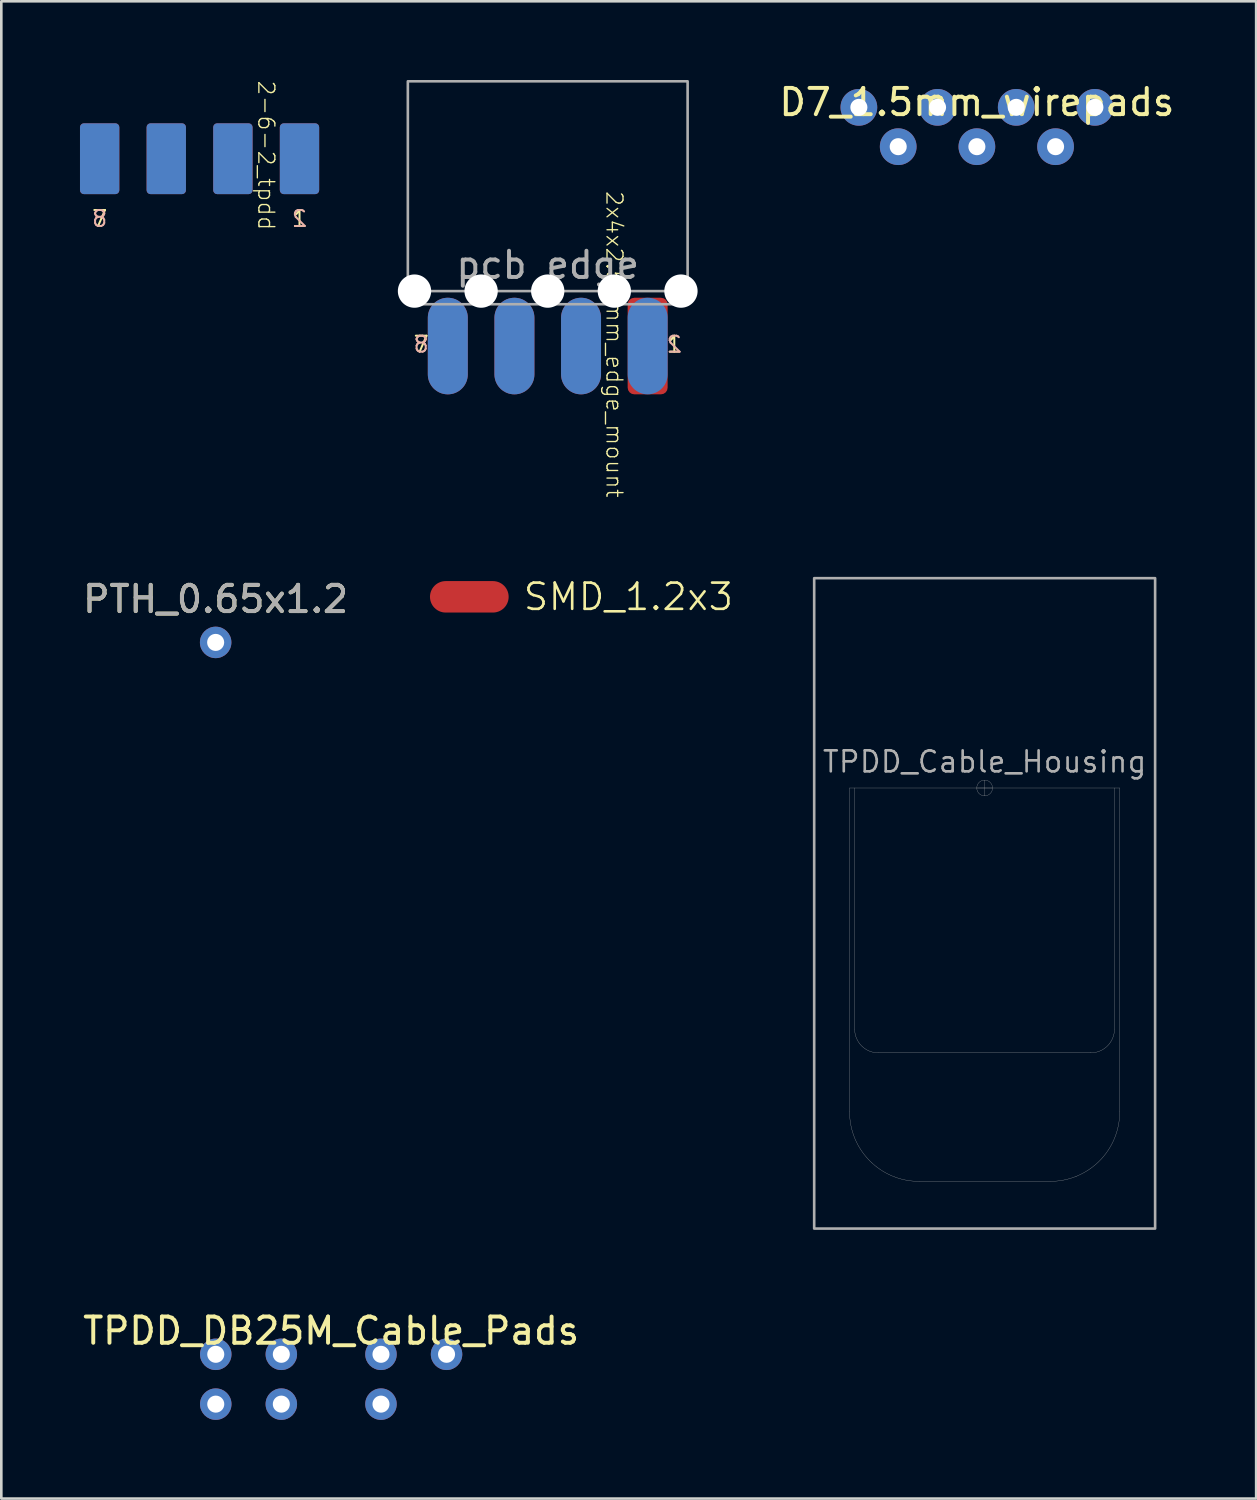
<source format=kicad_pcb>
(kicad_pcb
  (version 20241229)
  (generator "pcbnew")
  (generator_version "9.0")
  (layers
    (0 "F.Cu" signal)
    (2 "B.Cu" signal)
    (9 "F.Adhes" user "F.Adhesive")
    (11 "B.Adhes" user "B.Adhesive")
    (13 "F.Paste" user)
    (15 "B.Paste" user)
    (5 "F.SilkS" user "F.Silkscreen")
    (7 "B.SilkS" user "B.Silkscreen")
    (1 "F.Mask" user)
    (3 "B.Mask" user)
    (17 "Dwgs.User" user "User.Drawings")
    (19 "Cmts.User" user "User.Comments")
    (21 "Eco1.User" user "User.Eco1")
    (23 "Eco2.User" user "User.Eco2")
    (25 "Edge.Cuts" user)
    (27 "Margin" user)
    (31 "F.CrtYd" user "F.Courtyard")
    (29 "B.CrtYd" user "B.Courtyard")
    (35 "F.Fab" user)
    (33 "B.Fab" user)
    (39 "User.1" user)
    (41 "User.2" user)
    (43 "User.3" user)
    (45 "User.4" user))
  (footprint "PTH_0.65x1.2"
    (layer "F.Cu")
    (at 5.173 21.445)
    (property "Reference" "PTH_0.65x1.2" (at 0 -1.648 0) (unlocked yes) (layer "F.SilkS") (effects (font (size 1 1) (thickness 0.15))))
    (attr exclude_from_pos_files exclude_from_bom)
    (fp_text user "${REFERENCE}" (at 0 -1.65 0) (layer "F.Fab") (effects (font (size 1 1) (thickness 0.15))))
    (pad "1" thru_hole circle (at 0 0) (size 1.2 1.2) (drill 0.65) (layers "*.Cu" "*.Mask")))
  (footprint "TPDD_Cable_Housing"
    (layer "F.Cu")
    (at 34.495 26.996)
    (property "Reference" "TPDD_Cable_Housing" (at 0 -1 0) (unlocked yes) (layer "F.Fab") (effects (font (size 0.8 0.8) (thickness 0.1))))
    (fp_line (start -5.15 0) (end 5.15 0) (stroke (width 0.01) (type solid)) (layer "F.Fab"))
    (fp_line (start -5.15 12.35) (end -5.15 0) (stroke (width 0.01) (type solid)) (layer "F.Fab"))
    (fp_line (start -4.957 9.193) (end -4.957 0) (stroke (width 0.01) (type default)) (layer "F.Fab"))
    (fp_line (start -4.05 10.1) (end 4.05 10.1) (stroke (width 0.01) (type default)) (layer "F.Fab"))
    (fp_line (start -2.5 15) (end 2.5 15) (stroke (width 0.01) (type solid)) (layer "F.Fab"))
    (fp_line (start -0.3 0) (end 0.3 0) (stroke (width 0.01) (type default)) (layer "F.Fab"))
    (fp_line (start 0 -0.3) (end 0 0.3) (stroke (width 0.01) (type default)) (layer "F.Fab"))
    (fp_line (start 4.95 9.193) (end 4.95 0) (stroke (width 0.01) (type default)) (layer "F.Fab"))
    (fp_line (start 5.15 12.35) (end 5.15 0) (stroke (width 0.01) (type solid)) (layer "F.Fab"))
    (fp_rect (start -6.5 -8) (end 6.5 16.8) (stroke (width 0.1) (type default)) (fill no) (layer "F.Fab"))
    (fp_arc (start -4.05 10.100027) (mid -4.691441 9.834334) (end -4.957134 9.192893) (stroke (width 0.01) (type default)) (layer "F.Fab"))
    (fp_arc (start -2.5 15) (mid -4.373833 14.223833) (end -5.15 12.35) (stroke (width 0.01) (type default)) (layer "F.Fab"))
    (fp_arc (start 4.950027 9.192893) (mid 4.684336 9.834336) (end 4.042893 10.100027) (stroke (width 0.01) (type default)) (layer "F.Fab"))
    (fp_arc (start 5.15 12.35) (mid 4.373833 14.223833) (end 2.5 15) (stroke (width 0.01) (type default)) (layer "F.Fab"))
    (fp_circle (center 0 0) (end 0.3 0) (stroke (width 0.01) (type default)) (fill no) (layer "F.Fab")))
  (footprint "SMD_1.2x3"
    (layer "F.Cu")
    (at 14.845 19.707)
    (property "Reference" "SMD_1.2x3" (at 2 0 0) (unlocked yes) (layer "F.SilkS") (effects (font (size 1 1) (thickness 0.1)) (justify left)))
    (attr smd)
    (pad "1" smd oval (at 0 0) (size 3 1.2) (layers "F.Cu" "F.Mask")))
  (footprint "D7_1.5mm_wirepads"
    (layer "F.Cu")
    (at 34.199 1.793)
    (property "Reference" "D7_1.5mm_wirepads" (at 0 -0.945 0) (layer "F.SilkS") (effects (font (size 1 1) (thickness 0.15))))
    (attr through_hole)
    (pad "1" thru_hole circle (at -4.5 -0.75 270) (size 1.4 1.4) (drill 0.65) (layers "*.Cu" "*.Mask"))
    (pad "2" thru_hole circle (at -3 0.75 270) (size 1.4 1.4) (drill 0.65) (layers "*.Cu" "*.Mask"))
    (pad "3" thru_hole circle (at -1.5 -0.75 270) (size 1.4 1.4) (drill 0.65) (layers "*.Cu" "*.Mask"))
    (pad "4" thru_hole circle (at 0 0.75 270) (size 1.4 1.4) (drill 0.65) (layers "*.Cu" "*.Mask"))
    (pad "5" thru_hole circle (at 1.5 -0.75 270) (size 1.4 1.4) (drill 0.65) (layers "*.Cu" "*.Mask"))
    (pad "6" thru_hole circle (at 3 0.75 270) (size 1.4 1.4) (drill 0.65) (layers "*.Cu" "*.Mask"))
    (pad "7" thru_hole circle (at 4.5 -0.75 270) (size 1.4 1.4) (drill 0.65) (layers "*.Cu" "*.Mask")))
  (footprint "TPDD_DB25M_Cable_Pads"
    (layer "F.Cu")
    (at 9.577 49.39)
    (property "Reference" "TPDD_DB25M_Cable_Pads" (at 0 -1.695 0) (layer "F.SilkS") (effects (font (size 1 1) (thickness 0.15))))
    (attr through_hole)
    (pad "2" thru_hole circle (at -4.4 -0.8 270) (size 1.2 1.2) (drill 0.65) (layers "*.Cu" "*.Mask"))
    (pad "3" thru_hole circle (at -4.4 1.1 270) (size 1.2 1.2) (drill 0.65) (layers "*.Cu" "*.Mask"))
    (pad "4" thru_hole circle (at 1.9 -0.8 270) (size 1.2 1.2) (drill 0.65) (layers "*.Cu" "*.Mask"))
    (pad "5" thru_hole circle (at -1.9 1.1 270) (size 1.2 1.2) (drill 0.65) (layers "*.Cu" "*.Mask"))
    (pad "6" thru_hole circle (at 1.9 1.1 270) (size 1.2 1.2) (drill 0.65) (layers "*.Cu" "*.Mask"))
    (pad "7" thru_hole circle (at 4.4 -0.8 270) (size 1.2 1.2) (drill 0.65) (layers "*.Cu" "*.Mask"))
    (pad "20" thru_hole circle (at -1.9 -0.8 270) (size 1.2 1.2) (drill 0.65) (layers "*.Cu" "*.Mask")))
  (footprint "2-6-2_tpdd"
    (layer "F.Cu")
    (at 8.37 3.002)
    (property "Reference" "2-6-2_tpdd" (at -1.27 -0.127 270) (unlocked yes) (layer "F.SilkS") (effects (font (size 0.61 0.61) (thickness 0.051))))
    (attr smd)
    (fp_text user "1" (at 0 2.286 0) (unlocked yes) (layer "F.SilkS") (effects (font (size 0.61 0.61) (thickness 0.076))))
    (fp_text user "7" (at -7.62 2.286 0) (unlocked yes) (layer "F.SilkS") (effects (font (size 0.61 0.61) (thickness 0.076))))
    (fp_text user "2" (at 0 2.286 0) (unlocked yes) (layer "B.SilkS") (effects (font (size 0.61 0.61) (thickness 0.076)) (justify mirror)))
    (fp_text user "8" (at -7.62 2.286 0) (unlocked yes) (layer "B.SilkS") (effects (font (size 0.61 0.61) (thickness 0.076)) (justify mirror)))
    (pad "1" smd roundrect (at 0 0) (size 1.5 2.7) (layers "F.Cu" "F.Mask") (roundrect_rratio 0.1))
    (pad "2" smd roundrect (at 0 0) (size 1.5 2.7) (layers "B.Cu" "B.Mask") (roundrect_rratio 0.1))
    (pad "3" smd roundrect (at -2.54 0) (size 1.5 2.7) (layers "F.Cu" "F.Mask") (roundrect_rratio 0.1))
    (pad "4" smd roundrect (at -2.54 0) (size 1.5 2.7) (layers "B.Cu" "B.Mask") (roundrect_rratio 0.1))
    (pad "5" smd roundrect (at -5.08 0) (size 1.5 2.7) (layers "F.Cu" "F.Mask") (roundrect_rratio 0.1))
    (pad "6" smd roundrect (at -5.08 0) (size 1.5 2.7) (layers "B.Cu" "B.Mask") (roundrect_rratio 0.1))
    (pad "7" smd roundrect (at -7.62 0) (size 1.5 2.7) (layers "F.Cu" "F.Mask") (roundrect_rratio 0.1))
    (pad "8" smd roundrect (at -7.62 0) (size 1.5 2.7) (layers "B.Cu" "B.Mask") (roundrect_rratio 0.1)))
  (footprint "2x4x2.54mm_edge_mount"
    (layer "F.Cu")
    (at 17.835 8.05)
    (property "Reference" "2x4x2.54mm_edge_mount" (at 2.54 2.032 270) (unlocked yes) (layer "F.SilkS") (effects (font (size 0.61 0.61) (thickness 0.051))))
    (attr smd)
    (fp_line (start -5.334 0) (end -5.334 0.5) (stroke (width 0.1) (type default)) (layer "F.Fab"))
    (fp_line (start -5.334 0.5) (end 5.334 0.5) (stroke (width 0.1) (type default)) (layer "F.Fab"))
    (fp_line (start 5.334 0) (end 5.334 0.5) (stroke (width 0.1) (type default)) (layer "F.Fab"))
    (fp_rect (start -5.334 -8) (end 5.334 0) (stroke (width 0.1) (type default)) (fill no) (layer "F.Fab"))
    (fp_text user "7" (at -4.826 2.032 0) (unlocked yes) (layer "F.SilkS") (effects (font (size 0.61 0.61) (thickness 0.076))))
    (fp_text user "1" (at 4.826 2.032 0) (unlocked yes) (layer "F.SilkS") (effects (font (size 0.61 0.61) (thickness 0.076))))
    (fp_text user "2" (at 4.826 2.032 0) (unlocked yes) (layer "B.SilkS") (effects (font (size 0.61 0.61) (thickness 0.076)) (justify mirror)))
    (fp_text user "8" (at -4.826 2.032 0) (unlocked yes) (layer "B.SilkS") (effects (font (size 0.61 0.61) (thickness 0.076)) (justify mirror)))
    (fp_text user "pcb edge" (at 0 -0.409 0) (unlocked yes) (layer "F.Fab") (effects (font (size 1 1) (thickness 0.15)) (justify bottom)))
    (pad "" np_thru_hole circle (at -5.08 0) (size 1.27 1.27) (drill 1.27) (layers "*.Cu" "*.Mask"))
    (pad "" np_thru_hole circle (at -2.54 0) (size 1.27 1.27) (drill 1.27) (layers "*.Cu" "*.Mask"))
    (pad "" np_thru_hole circle (at 0 0) (size 1.27 1.27) (drill 1.27) (layers "*.Cu" "*.Mask"))
    (pad "" np_thru_hole circle (at 2.54 0) (size 1.27 1.27) (drill 1.27) (layers "*.Cu" "*.Mask"))
    (pad "" np_thru_hole circle (at 5.08 0) (size 1.27 1.27) (drill 1.27) (layers "*.Cu" "*.Mask"))
    (pad "1" smd roundrect (at 3.81 2.095) (size 1.524 3.683) (layers "F.Cu" "F.Mask") (roundrect_rratio 0.167))
    (pad "2" smd oval (at 3.81 2.095) (size 1.524 3.683) (layers "B.Cu" "B.Mask"))
    (pad "3" smd oval (at 1.27 2.095) (size 1.524 3.683) (layers "F.Cu" "F.Mask"))
    (pad "4" smd oval (at 1.27 2.095) (size 1.524 3.683) (layers "B.Cu" "B.Mask"))
    (pad "5" smd oval (at -1.27 2.095) (size 1.524 3.683) (layers "F.Cu" "F.Mask"))
    (pad "6" smd oval (at -1.27 2.095) (size 1.524 3.683) (layers "B.Cu" "B.Mask"))
    (pad "7" smd oval (at -3.81 2.095) (size 1.524 3.683) (layers "F.Cu" "F.Mask"))
    (pad "8" smd oval (at -3.81 2.095) (size 1.524 3.683) (layers "B.Cu" "B.Mask")))
  (gr_rect
    (start -3 -3)
    (end 44.848 54.09)
    (stroke (width 0.1) (type default))
    (fill no)
    (layer "Edge.Cuts")))
</source>
